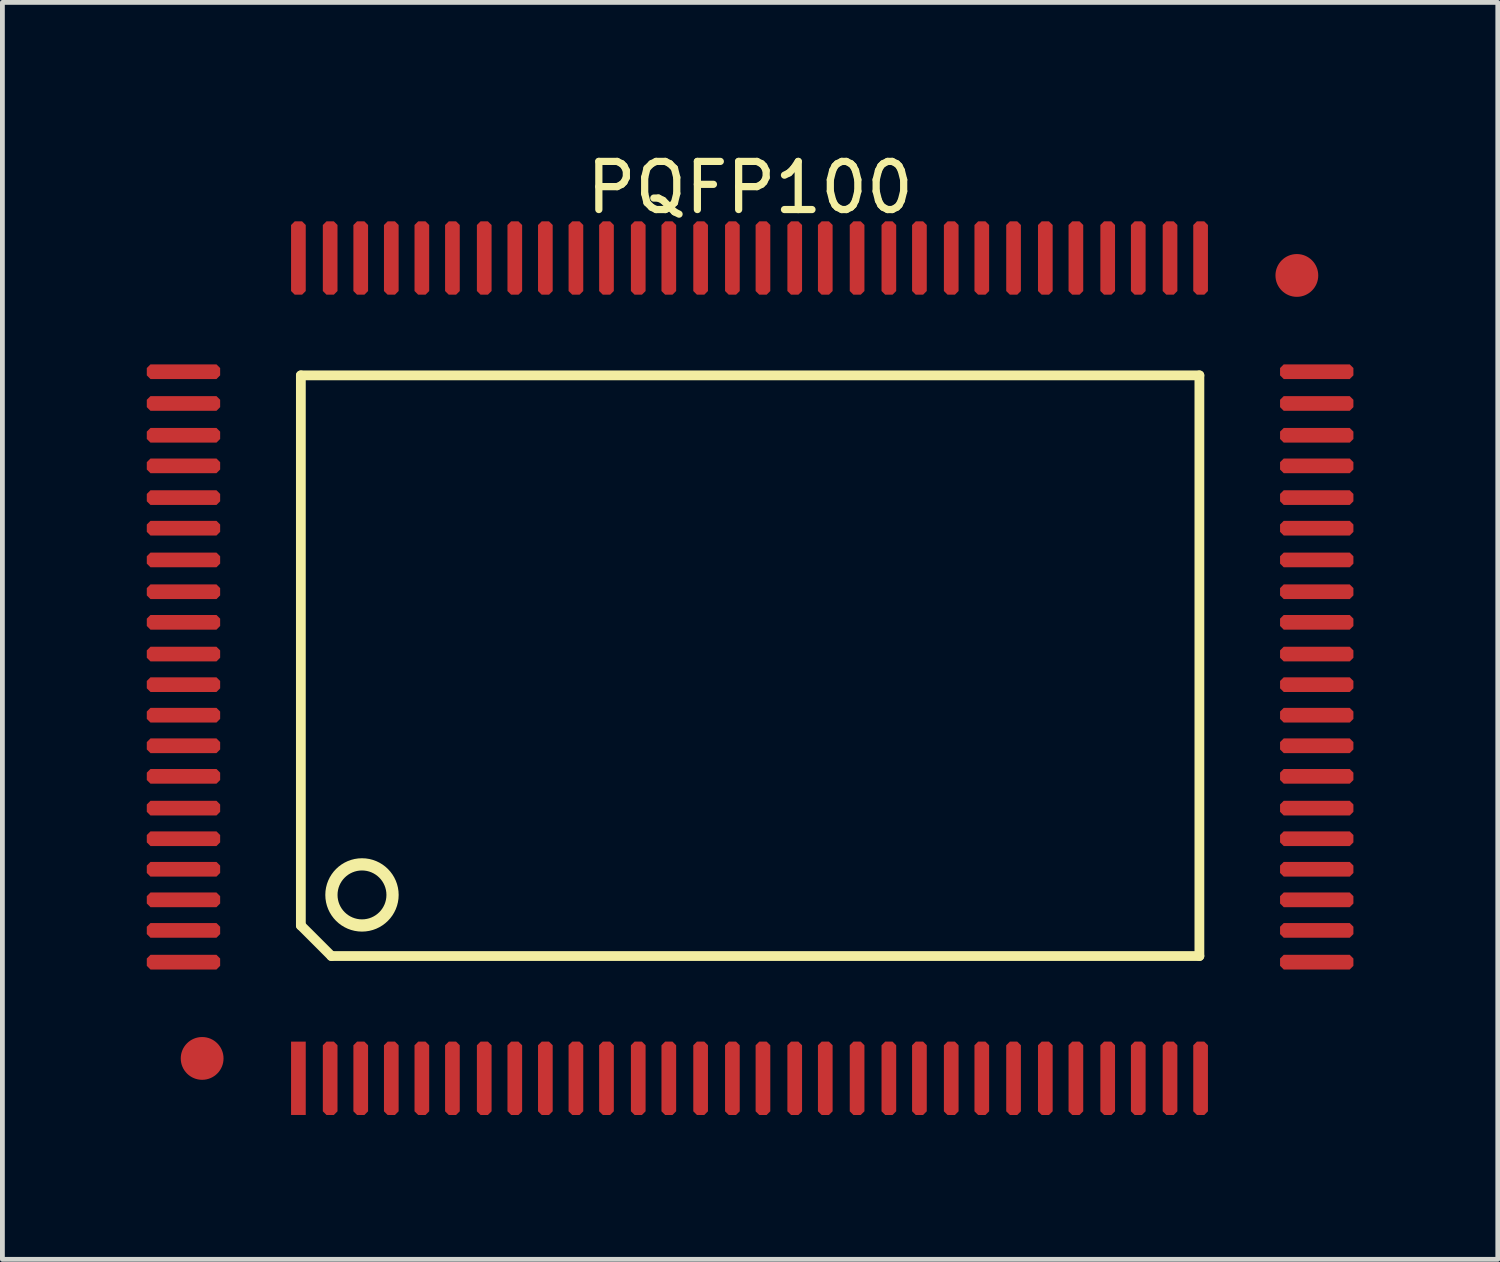
<source format=kicad_pcb>
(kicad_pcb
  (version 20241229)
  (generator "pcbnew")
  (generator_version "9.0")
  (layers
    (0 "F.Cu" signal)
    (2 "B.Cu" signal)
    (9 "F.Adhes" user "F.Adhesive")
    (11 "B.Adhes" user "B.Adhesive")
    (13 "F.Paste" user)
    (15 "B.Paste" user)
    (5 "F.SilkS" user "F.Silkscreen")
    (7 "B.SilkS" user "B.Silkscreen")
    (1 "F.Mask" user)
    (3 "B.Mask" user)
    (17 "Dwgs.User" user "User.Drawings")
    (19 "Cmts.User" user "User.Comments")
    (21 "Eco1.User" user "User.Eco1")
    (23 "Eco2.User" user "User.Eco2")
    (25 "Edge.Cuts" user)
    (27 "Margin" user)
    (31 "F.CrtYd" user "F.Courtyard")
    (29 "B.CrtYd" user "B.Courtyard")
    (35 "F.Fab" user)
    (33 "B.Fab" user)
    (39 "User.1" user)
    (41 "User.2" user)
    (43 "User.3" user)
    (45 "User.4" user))
  (footprint "PQFP100"
    (layer "F.Cu")
    (at 3.15 19.354)
    (property "Reference" "PQFP100" (at 9.385 -18.505 0) (layer "F.SilkS") (effects (font (size 1 1) (thickness 0.15))))
    (fp_line (start 0.051 -14.605) (end 18.72 -14.605) (stroke (width 0.203) (type solid)) (layer "F.SilkS"))
    (fp_line (start 0.051 -3.175) (end 0.051 -14.605) (stroke (width 0.203) (type solid)) (layer "F.SilkS"))
    (fp_line (start 0.051 -3.175) (end 0.686 -2.54) (stroke (width 0.203) (type solid)) (layer "F.SilkS"))
    (fp_line (start 0.686 -2.54) (end 18.72 -2.54) (stroke (width 0.203) (type solid)) (layer "F.SilkS"))
    (fp_line (start 18.72 -2.54) (end 18.72 -14.605) (stroke (width 0.203) (type solid)) (layer "F.SilkS"))
    (fp_circle (center 1.321 -3.81) (end 1.321 -4.445) (stroke (width 0.254) (type solid)) (fill no) (layer "F.SilkS"))
    (pad "0" smd circle (at -2 -0.413) (size 0.889 0.889) (layers "F.Cu" "F.Mask" "F.Paste"))
    (pad "0" smd circle (at 20.745 -16.681) (size 0.889 0.889) (layers "F.Cu" "F.Mask" "F.Paste"))
    (pad "1" smd rect (at 0 0) (size 0.305 1.524) (layers "F.Cu" "F.Mask" "F.Paste"))
    (pad "2" smd roundrect (at 0.66 0) (size 0.305 1.524) (layers "F.Cu" "F.Mask" "F.Paste") (roundrect_rratio 0.25) (chamfer_ratio 0.25) (chamfer top_left top_right bottom_left bottom_right))
    (pad "3" smd roundrect (at 1.295 0) (size 0.305 1.524) (layers "F.Cu" "F.Mask" "F.Paste") (roundrect_rratio 0.25) (chamfer_ratio 0.25) (chamfer top_left top_right bottom_left bottom_right))
    (pad "4" smd roundrect (at 1.93 0) (size 0.305 1.524) (layers "F.Cu" "F.Mask" "F.Paste") (roundrect_rratio 0.25) (chamfer_ratio 0.25) (chamfer top_left top_right bottom_left bottom_right))
    (pad "5" smd roundrect (at 2.565 0) (size 0.305 1.524) (layers "F.Cu" "F.Mask" "F.Paste") (roundrect_rratio 0.25) (chamfer_ratio 0.25) (chamfer top_left top_right bottom_left bottom_right))
    (pad "6" smd roundrect (at 3.2 0) (size 0.305 1.524) (layers "F.Cu" "F.Mask" "F.Paste") (roundrect_rratio 0.25) (chamfer_ratio 0.25) (chamfer top_left top_right bottom_left bottom_right))
    (pad "7" smd roundrect (at 3.861 0) (size 0.305 1.524) (layers "F.Cu" "F.Mask" "F.Paste") (roundrect_rratio 0.25) (chamfer_ratio 0.25) (chamfer top_left top_right bottom_left bottom_right))
    (pad "8" smd roundrect (at 4.496 0) (size 0.305 1.524) (layers "F.Cu" "F.Mask" "F.Paste") (roundrect_rratio 0.25) (chamfer_ratio 0.25) (chamfer top_left top_right bottom_left bottom_right))
    (pad "9" smd roundrect (at 5.131 0) (size 0.305 1.524) (layers "F.Cu" "F.Mask" "F.Paste") (roundrect_rratio 0.25) (chamfer_ratio 0.25) (chamfer top_left top_right bottom_left bottom_right))
    (pad "10" smd roundrect (at 5.766 0) (size 0.305 1.524) (layers "F.Cu" "F.Mask" "F.Paste") (roundrect_rratio 0.25) (chamfer_ratio 0.25) (chamfer top_left top_right bottom_left bottom_right))
    (pad "11" smd roundrect (at 6.401 0) (size 0.305 1.524) (layers "F.Cu" "F.Mask" "F.Paste") (roundrect_rratio 0.25) (chamfer_ratio 0.25) (chamfer top_left top_right bottom_left bottom_right))
    (pad "12" smd roundrect (at 7.061 0) (size 0.305 1.524) (layers "F.Cu" "F.Mask" "F.Paste") (roundrect_rratio 0.25) (chamfer_ratio 0.25) (chamfer top_left top_right bottom_left bottom_right))
    (pad "13" smd roundrect (at 7.696 0) (size 0.305 1.524) (layers "F.Cu" "F.Mask" "F.Paste") (roundrect_rratio 0.25) (chamfer_ratio 0.25) (chamfer top_left top_right bottom_left bottom_right))
    (pad "14" smd roundrect (at 8.357 0) (size 0.305 1.524) (layers "F.Cu" "F.Mask" "F.Paste") (roundrect_rratio 0.25) (chamfer_ratio 0.25) (chamfer top_left top_right bottom_left bottom_right))
    (pad "15" smd roundrect (at 9.017 0) (size 0.305 1.524) (layers "F.Cu" "F.Mask" "F.Paste") (roundrect_rratio 0.25) (chamfer_ratio 0.25) (chamfer top_left top_right bottom_left bottom_right))
    (pad "16" smd roundrect (at 9.652 0) (size 0.305 1.524) (layers "F.Cu" "F.Mask" "F.Paste") (roundrect_rratio 0.25) (chamfer_ratio 0.25) (chamfer top_left top_right bottom_left bottom_right))
    (pad "17" smd roundrect (at 10.312 0) (size 0.305 1.524) (layers "F.Cu" "F.Mask" "F.Paste") (roundrect_rratio 0.25) (chamfer_ratio 0.25) (chamfer top_left top_right bottom_left bottom_right))
    (pad "18" smd roundrect (at 10.947 0) (size 0.305 1.524) (layers "F.Cu" "F.Mask" "F.Paste") (roundrect_rratio 0.25) (chamfer_ratio 0.25) (chamfer top_left top_right bottom_left bottom_right))
    (pad "19" smd roundrect (at 11.608 0) (size 0.305 1.524) (layers "F.Cu" "F.Mask" "F.Paste") (roundrect_rratio 0.25) (chamfer_ratio 0.25) (chamfer top_left top_right bottom_left bottom_right))
    (pad "20" smd roundrect (at 12.268 0) (size 0.305 1.524) (layers "F.Cu" "F.Mask" "F.Paste") (roundrect_rratio 0.25) (chamfer_ratio 0.25) (chamfer top_left top_right bottom_left bottom_right))
    (pad "21" smd roundrect (at 12.903 0) (size 0.305 1.524) (layers "F.Cu" "F.Mask" "F.Paste") (roundrect_rratio 0.25) (chamfer_ratio 0.25) (chamfer top_left top_right bottom_left bottom_right))
    (pad "22" smd roundrect (at 13.564 0) (size 0.305 1.524) (layers "F.Cu" "F.Mask" "F.Paste") (roundrect_rratio 0.25) (chamfer_ratio 0.25) (chamfer top_left top_right bottom_left bottom_right))
    (pad "23" smd roundrect (at 14.199 0) (size 0.305 1.524) (layers "F.Cu" "F.Mask" "F.Paste") (roundrect_rratio 0.25) (chamfer_ratio 0.25) (chamfer top_left top_right bottom_left bottom_right))
    (pad "24" smd roundrect (at 14.859 0) (size 0.305 1.524) (layers "F.Cu" "F.Mask" "F.Paste") (roundrect_rratio 0.25) (chamfer_ratio 0.25) (chamfer top_left top_right bottom_left bottom_right))
    (pad "25" smd roundrect (at 15.519 0) (size 0.305 1.524) (layers "F.Cu" "F.Mask" "F.Paste") (roundrect_rratio 0.25) (chamfer_ratio 0.25) (chamfer top_left top_right bottom_left bottom_right))
    (pad "26" smd roundrect (at 16.154 0) (size 0.305 1.524) (layers "F.Cu" "F.Mask" "F.Paste") (roundrect_rratio 0.25) (chamfer_ratio 0.25) (chamfer top_left top_right bottom_left bottom_right))
    (pad "27" smd roundrect (at 16.815 0) (size 0.305 1.524) (layers "F.Cu" "F.Mask" "F.Paste") (roundrect_rratio 0.25) (chamfer_ratio 0.25) (chamfer top_left top_right bottom_left bottom_right))
    (pad "28" smd roundrect (at 17.45 0) (size 0.305 1.524) (layers "F.Cu" "F.Mask" "F.Paste") (roundrect_rratio 0.25) (chamfer_ratio 0.25) (chamfer top_left top_right bottom_left bottom_right))
    (pad "29" smd roundrect (at 18.11 0) (size 0.305 1.524) (layers "F.Cu" "F.Mask" "F.Paste") (roundrect_rratio 0.25) (chamfer_ratio 0.25) (chamfer top_left top_right bottom_left bottom_right))
    (pad "30" smd roundrect (at 18.745 0) (size 0.305 1.524) (layers "F.Cu" "F.Mask" "F.Paste") (roundrect_rratio 0.25) (chamfer_ratio 0.25) (chamfer top_left top_right bottom_left bottom_right))
    (pad "31" smd roundrect (at 21.158 -2.413) (size 1.524 0.305) (layers "F.Cu" "F.Mask" "F.Paste") (roundrect_rratio 0.25) (chamfer_ratio 0.25) (chamfer top_left top_right bottom_left bottom_right))
    (pad "32" smd roundrect (at 21.158 -3.073) (size 1.524 0.305) (layers "F.Cu" "F.Mask" "F.Paste") (roundrect_rratio 0.25) (chamfer_ratio 0.25) (chamfer top_left top_right bottom_left bottom_right))
    (pad "33" smd roundrect (at 21.158 -3.708) (size 1.524 0.305) (layers "F.Cu" "F.Mask" "F.Paste") (roundrect_rratio 0.25) (chamfer_ratio 0.25) (chamfer top_left top_right bottom_left bottom_right))
    (pad "34" smd roundrect (at 21.158 -4.343) (size 1.524 0.305) (layers "F.Cu" "F.Mask" "F.Paste") (roundrect_rratio 0.25) (chamfer_ratio 0.25) (chamfer top_left top_right bottom_left bottom_right))
    (pad "35" smd roundrect (at 21.158 -4.978) (size 1.524 0.305) (layers "F.Cu" "F.Mask" "F.Paste") (roundrect_rratio 0.25) (chamfer_ratio 0.25) (chamfer top_left top_right bottom_left bottom_right))
    (pad "36" smd roundrect (at 21.158 -5.613) (size 1.524 0.305) (layers "F.Cu" "F.Mask" "F.Paste") (roundrect_rratio 0.25) (chamfer_ratio 0.25) (chamfer top_left top_right bottom_left bottom_right))
    (pad "37" smd roundrect (at 21.158 -6.274) (size 1.524 0.305) (layers "F.Cu" "F.Mask" "F.Paste") (roundrect_rratio 0.25) (chamfer_ratio 0.25) (chamfer top_left top_right bottom_left bottom_right))
    (pad "38" smd roundrect (at 21.158 -6.909) (size 1.524 0.305) (layers "F.Cu" "F.Mask" "F.Paste") (roundrect_rratio 0.25) (chamfer_ratio 0.25) (chamfer top_left top_right bottom_left bottom_right))
    (pad "39" smd roundrect (at 21.158 -7.544) (size 1.524 0.305) (layers "F.Cu" "F.Mask" "F.Paste") (roundrect_rratio 0.25) (chamfer_ratio 0.25) (chamfer top_left top_right bottom_left bottom_right))
    (pad "40" smd roundrect (at 21.158 -8.179) (size 1.524 0.305) (layers "F.Cu" "F.Mask" "F.Paste") (roundrect_rratio 0.25) (chamfer_ratio 0.25) (chamfer top_left top_right bottom_left bottom_right))
    (pad "41" smd roundrect (at 21.158 -8.814) (size 1.524 0.305) (layers "F.Cu" "F.Mask" "F.Paste") (roundrect_rratio 0.25) (chamfer_ratio 0.25) (chamfer top_left top_right bottom_left bottom_right))
    (pad "42" smd roundrect (at 21.158 -9.474) (size 1.524 0.305) (layers "F.Cu" "F.Mask" "F.Paste") (roundrect_rratio 0.25) (chamfer_ratio 0.25) (chamfer top_left top_right bottom_left bottom_right))
    (pad "43" smd roundrect (at 21.158 -10.109) (size 1.524 0.305) (layers "F.Cu" "F.Mask" "F.Paste") (roundrect_rratio 0.25) (chamfer_ratio 0.25) (chamfer top_left top_right bottom_left bottom_right))
    (pad "44" smd roundrect (at 21.158 -10.77) (size 1.524 0.305) (layers "F.Cu" "F.Mask" "F.Paste") (roundrect_rratio 0.25) (chamfer_ratio 0.25) (chamfer top_left top_right bottom_left bottom_right))
    (pad "45" smd roundrect (at 21.158 -11.43) (size 1.524 0.305) (layers "F.Cu" "F.Mask" "F.Paste") (roundrect_rratio 0.25) (chamfer_ratio 0.25) (chamfer top_left top_right bottom_left bottom_right))
    (pad "46" smd roundrect (at 21.158 -12.065) (size 1.524 0.305) (layers "F.Cu" "F.Mask" "F.Paste") (roundrect_rratio 0.25) (chamfer_ratio 0.25) (chamfer top_left top_right bottom_left bottom_right))
    (pad "47" smd roundrect (at 21.158 -12.725) (size 1.524 0.305) (layers "F.Cu" "F.Mask" "F.Paste") (roundrect_rratio 0.25) (chamfer_ratio 0.25) (chamfer top_left top_right bottom_left bottom_right))
    (pad "48" smd roundrect (at 21.158 -13.36) (size 1.524 0.305) (layers "F.Cu" "F.Mask" "F.Paste") (roundrect_rratio 0.25) (chamfer_ratio 0.25) (chamfer top_left top_right bottom_left bottom_right))
    (pad "49" smd roundrect (at 21.158 -14.021) (size 1.524 0.305) (layers "F.Cu" "F.Mask" "F.Paste") (roundrect_rratio 0.25) (chamfer_ratio 0.25) (chamfer top_left top_right bottom_left bottom_right))
    (pad "50" smd roundrect (at 21.158 -14.681) (size 1.524 0.305) (layers "F.Cu" "F.Mask" "F.Paste") (roundrect_rratio 0.25) (chamfer_ratio 0.25) (chamfer top_left top_right bottom_left bottom_right))
    (pad "51" smd roundrect (at 18.745 -17.043) (size 0.305 1.524) (layers "F.Cu" "F.Mask" "F.Paste") (roundrect_rratio 0.25) (chamfer_ratio 0.25) (chamfer top_left top_right bottom_left bottom_right))
    (pad "52" smd roundrect (at 18.11 -17.043) (size 0.305 1.524) (layers "F.Cu" "F.Mask" "F.Paste") (roundrect_rratio 0.25) (chamfer_ratio 0.25) (chamfer top_left top_right bottom_left bottom_right))
    (pad "53" smd roundrect (at 17.45 -17.043) (size 0.305 1.524) (layers "F.Cu" "F.Mask" "F.Paste") (roundrect_rratio 0.25) (chamfer_ratio 0.25) (chamfer top_left top_right bottom_left bottom_right))
    (pad "54" smd roundrect (at 16.815 -17.043) (size 0.305 1.524) (layers "F.Cu" "F.Mask" "F.Paste") (roundrect_rratio 0.25) (chamfer_ratio 0.25) (chamfer top_left top_right bottom_left bottom_right))
    (pad "55" smd roundrect (at 16.154 -17.043) (size 0.305 1.524) (layers "F.Cu" "F.Mask" "F.Paste") (roundrect_rratio 0.25) (chamfer_ratio 0.25) (chamfer top_left top_right bottom_left bottom_right))
    (pad "56" smd roundrect (at 15.519 -17.043) (size 0.305 1.524) (layers "F.Cu" "F.Mask" "F.Paste") (roundrect_rratio 0.25) (chamfer_ratio 0.25) (chamfer top_left top_right bottom_left bottom_right))
    (pad "57" smd roundrect (at 14.859 -17.043) (size 0.305 1.524) (layers "F.Cu" "F.Mask" "F.Paste") (roundrect_rratio 0.25) (chamfer_ratio 0.25) (chamfer top_left top_right bottom_left bottom_right))
    (pad "58" smd roundrect (at 14.199 -17.043) (size 0.305 1.524) (layers "F.Cu" "F.Mask" "F.Paste") (roundrect_rratio 0.25) (chamfer_ratio 0.25) (chamfer top_left top_right bottom_left bottom_right))
    (pad "59" smd roundrect (at 13.564 -17.043) (size 0.305 1.524) (layers "F.Cu" "F.Mask" "F.Paste") (roundrect_rratio 0.25) (chamfer_ratio 0.25) (chamfer top_left top_right bottom_left bottom_right))
    (pad "60" smd roundrect (at 12.903 -17.043) (size 0.305 1.524) (layers "F.Cu" "F.Mask" "F.Paste") (roundrect_rratio 0.25) (chamfer_ratio 0.25) (chamfer top_left top_right bottom_left bottom_right))
    (pad "61" smd roundrect (at 12.268 -17.043) (size 0.305 1.524) (layers "F.Cu" "F.Mask" "F.Paste") (roundrect_rratio 0.25) (chamfer_ratio 0.25) (chamfer top_left top_right bottom_left bottom_right))
    (pad "62" smd roundrect (at 11.608 -17.043) (size 0.305 1.524) (layers "F.Cu" "F.Mask" "F.Paste") (roundrect_rratio 0.25) (chamfer_ratio 0.25) (chamfer top_left top_right bottom_left bottom_right))
    (pad "63" smd roundrect (at 10.947 -17.043) (size 0.305 1.524) (layers "F.Cu" "F.Mask" "F.Paste") (roundrect_rratio 0.25) (chamfer_ratio 0.25) (chamfer top_left top_right bottom_left bottom_right))
    (pad "64" smd roundrect (at 10.312 -17.043) (size 0.305 1.524) (layers "F.Cu" "F.Mask" "F.Paste") (roundrect_rratio 0.25) (chamfer_ratio 0.25) (chamfer top_left top_right bottom_left bottom_right))
    (pad "65" smd roundrect (at 9.652 -17.043) (size 0.305 1.524) (layers "F.Cu" "F.Mask" "F.Paste") (roundrect_rratio 0.25) (chamfer_ratio 0.25) (chamfer top_left top_right bottom_left bottom_right))
    (pad "66" smd roundrect (at 9.017 -17.043) (size 0.305 1.524) (layers "F.Cu" "F.Mask" "F.Paste") (roundrect_rratio 0.25) (chamfer_ratio 0.25) (chamfer top_left top_right bottom_left bottom_right))
    (pad "67" smd roundrect (at 8.357 -17.043) (size 0.305 1.524) (layers "F.Cu" "F.Mask" "F.Paste") (roundrect_rratio 0.25) (chamfer_ratio 0.25) (chamfer top_left top_right bottom_left bottom_right))
    (pad "68" smd roundrect (at 7.696 -17.043) (size 0.305 1.524) (layers "F.Cu" "F.Mask" "F.Paste") (roundrect_rratio 0.25) (chamfer_ratio 0.25) (chamfer top_left top_right bottom_left bottom_right))
    (pad "69" smd roundrect (at 7.061 -17.043) (size 0.305 1.524) (layers "F.Cu" "F.Mask" "F.Paste") (roundrect_rratio 0.25) (chamfer_ratio 0.25) (chamfer top_left top_right bottom_left bottom_right))
    (pad "70" smd roundrect (at 6.401 -17.043) (size 0.305 1.524) (layers "F.Cu" "F.Mask" "F.Paste") (roundrect_rratio 0.25) (chamfer_ratio 0.25) (chamfer top_left top_right bottom_left bottom_right))
    (pad "71" smd roundrect (at 5.766 -17.043) (size 0.305 1.524) (layers "F.Cu" "F.Mask" "F.Paste") (roundrect_rratio 0.25) (chamfer_ratio 0.25) (chamfer top_left top_right bottom_left bottom_right))
    (pad "72" smd roundrect (at 5.131 -17.043) (size 0.305 1.524) (layers "F.Cu" "F.Mask" "F.Paste") (roundrect_rratio 0.25) (chamfer_ratio 0.25) (chamfer top_left top_right bottom_left bottom_right))
    (pad "73" smd roundrect (at 4.496 -17.043) (size 0.305 1.524) (layers "F.Cu" "F.Mask" "F.Paste") (roundrect_rratio 0.25) (chamfer_ratio 0.25) (chamfer top_left top_right bottom_left bottom_right))
    (pad "74" smd roundrect (at 3.861 -17.043) (size 0.305 1.524) (layers "F.Cu" "F.Mask" "F.Paste") (roundrect_rratio 0.25) (chamfer_ratio 0.25) (chamfer top_left top_right bottom_left bottom_right))
    (pad "75" smd roundrect (at 3.2 -17.043) (size 0.305 1.524) (layers "F.Cu" "F.Mask" "F.Paste") (roundrect_rratio 0.25) (chamfer_ratio 0.25) (chamfer top_left top_right bottom_left bottom_right))
    (pad "76" smd roundrect (at 2.565 -17.043) (size 0.305 1.524) (layers "F.Cu" "F.Mask" "F.Paste") (roundrect_rratio 0.25) (chamfer_ratio 0.25) (chamfer top_left top_right bottom_left bottom_right))
    (pad "77" smd roundrect (at 1.93 -17.043) (size 0.305 1.524) (layers "F.Cu" "F.Mask" "F.Paste") (roundrect_rratio 0.25) (chamfer_ratio 0.25) (chamfer top_left top_right bottom_left bottom_right))
    (pad "78" smd roundrect (at 1.295 -17.043) (size 0.305 1.524) (layers "F.Cu" "F.Mask" "F.Paste") (roundrect_rratio 0.25) (chamfer_ratio 0.25) (chamfer top_left top_right bottom_left bottom_right))
    (pad "79" smd roundrect (at 0.66 -17.043) (size 0.305 1.524) (layers "F.Cu" "F.Mask" "F.Paste") (roundrect_rratio 0.25) (chamfer_ratio 0.25) (chamfer top_left top_right bottom_left bottom_right))
    (pad "80" smd roundrect (at 0 -17.043) (size 0.305 1.524) (layers "F.Cu" "F.Mask" "F.Paste") (roundrect_rratio 0.25) (chamfer_ratio 0.25) (chamfer top_left top_right bottom_left bottom_right))
    (pad "81" smd roundrect (at -2.388 -14.681) (size 1.524 0.305) (layers "F.Cu" "F.Mask" "F.Paste") (roundrect_rratio 0.25) (chamfer_ratio 0.25) (chamfer top_left top_right bottom_left bottom_right))
    (pad "82" smd roundrect (at -2.388 -14.021) (size 1.524 0.305) (layers "F.Cu" "F.Mask" "F.Paste") (roundrect_rratio 0.25) (chamfer_ratio 0.25) (chamfer top_left top_right bottom_left bottom_right))
    (pad "83" smd roundrect (at -2.388 -13.36) (size 1.524 0.305) (layers "F.Cu" "F.Mask" "F.Paste") (roundrect_rratio 0.25) (chamfer_ratio 0.25) (chamfer top_left top_right bottom_left bottom_right))
    (pad "84" smd roundrect (at -2.388 -12.725) (size 1.524 0.305) (layers "F.Cu" "F.Mask" "F.Paste") (roundrect_rratio 0.25) (chamfer_ratio 0.25) (chamfer top_left top_right bottom_left bottom_right))
    (pad "85" smd roundrect (at -2.388 -12.065) (size 1.524 0.305) (layers "F.Cu" "F.Mask" "F.Paste") (roundrect_rratio 0.25) (chamfer_ratio 0.25) (chamfer top_left top_right bottom_left bottom_right))
    (pad "86" smd roundrect (at -2.388 -11.43) (size 1.524 0.305) (layers "F.Cu" "F.Mask" "F.Paste") (roundrect_rratio 0.25) (chamfer_ratio 0.25) (chamfer top_left top_right bottom_left bottom_right))
    (pad "87" smd roundrect (at -2.388 -10.77) (size 1.524 0.305) (layers "F.Cu" "F.Mask" "F.Paste") (roundrect_rratio 0.25) (chamfer_ratio 0.25) (chamfer top_left top_right bottom_left bottom_right))
    (pad "88" smd roundrect (at -2.388 -10.109) (size 1.524 0.305) (layers "F.Cu" "F.Mask" "F.Paste") (roundrect_rratio 0.25) (chamfer_ratio 0.25) (chamfer top_left top_right bottom_left bottom_right))
    (pad "89" smd roundrect (at -2.388 -9.474) (size 1.524 0.305) (layers "F.Cu" "F.Mask" "F.Paste") (roundrect_rratio 0.25) (chamfer_ratio 0.25) (chamfer top_left top_right bottom_left bottom_right))
    (pad "90" smd roundrect (at -2.388 -8.814) (size 1.524 0.305) (layers "F.Cu" "F.Mask" "F.Paste") (roundrect_rratio 0.25) (chamfer_ratio 0.25) (chamfer top_left top_right bottom_left bottom_right))
    (pad "91" smd roundrect (at -2.388 -8.179) (size 1.524 0.305) (layers "F.Cu" "F.Mask" "F.Paste") (roundrect_rratio 0.25) (chamfer_ratio 0.25) (chamfer top_left top_right bottom_left bottom_right))
    (pad "92" smd roundrect (at -2.388 -7.544) (size 1.524 0.305) (layers "F.Cu" "F.Mask" "F.Paste") (roundrect_rratio 0.25) (chamfer_ratio 0.25) (chamfer top_left top_right bottom_left bottom_right))
    (pad "93" smd roundrect (at -2.388 -6.909) (size 1.524 0.305) (layers "F.Cu" "F.Mask" "F.Paste") (roundrect_rratio 0.25) (chamfer_ratio 0.25) (chamfer top_left top_right bottom_left bottom_right))
    (pad "94" smd roundrect (at -2.388 -6.274) (size 1.524 0.305) (layers "F.Cu" "F.Mask" "F.Paste") (roundrect_rratio 0.25) (chamfer_ratio 0.25) (chamfer top_left top_right bottom_left bottom_right))
    (pad "95" smd roundrect (at -2.388 -5.613) (size 1.524 0.305) (layers "F.Cu" "F.Mask" "F.Paste") (roundrect_rratio 0.25) (chamfer_ratio 0.25) (chamfer top_left top_right bottom_left bottom_right))
    (pad "96" smd roundrect (at -2.388 -4.978) (size 1.524 0.305) (layers "F.Cu" "F.Mask" "F.Paste") (roundrect_rratio 0.25) (chamfer_ratio 0.25) (chamfer top_left top_right bottom_left bottom_right))
    (pad "97" smd roundrect (at -2.388 -4.343) (size 1.524 0.305) (layers "F.Cu" "F.Mask" "F.Paste") (roundrect_rratio 0.25) (chamfer_ratio 0.25) (chamfer top_left top_right bottom_left bottom_right))
    (pad "98" smd roundrect (at -2.388 -3.708) (size 1.524 0.305) (layers "F.Cu" "F.Mask" "F.Paste") (roundrect_rratio 0.25) (chamfer_ratio 0.25) (chamfer top_left top_right bottom_left bottom_right))
    (pad "99" smd roundrect (at -2.388 -3.073) (size 1.524 0.305) (layers "F.Cu" "F.Mask" "F.Paste") (roundrect_rratio 0.25) (chamfer_ratio 0.25) (chamfer top_left top_right bottom_left bottom_right))
    (pad "100" smd roundrect (at -2.388 -2.413) (size 1.524 0.305) (layers "F.Cu" "F.Mask" "F.Paste") (roundrect_rratio 0.25) (chamfer_ratio 0.25) (chamfer top_left top_right bottom_left bottom_right)))
  (gr_rect
    (start -3 -3)
    (end 28.07 23.116)
    (stroke (width 0.1) (type default))
    (fill no)
    (layer "Edge.Cuts")))
</source>
